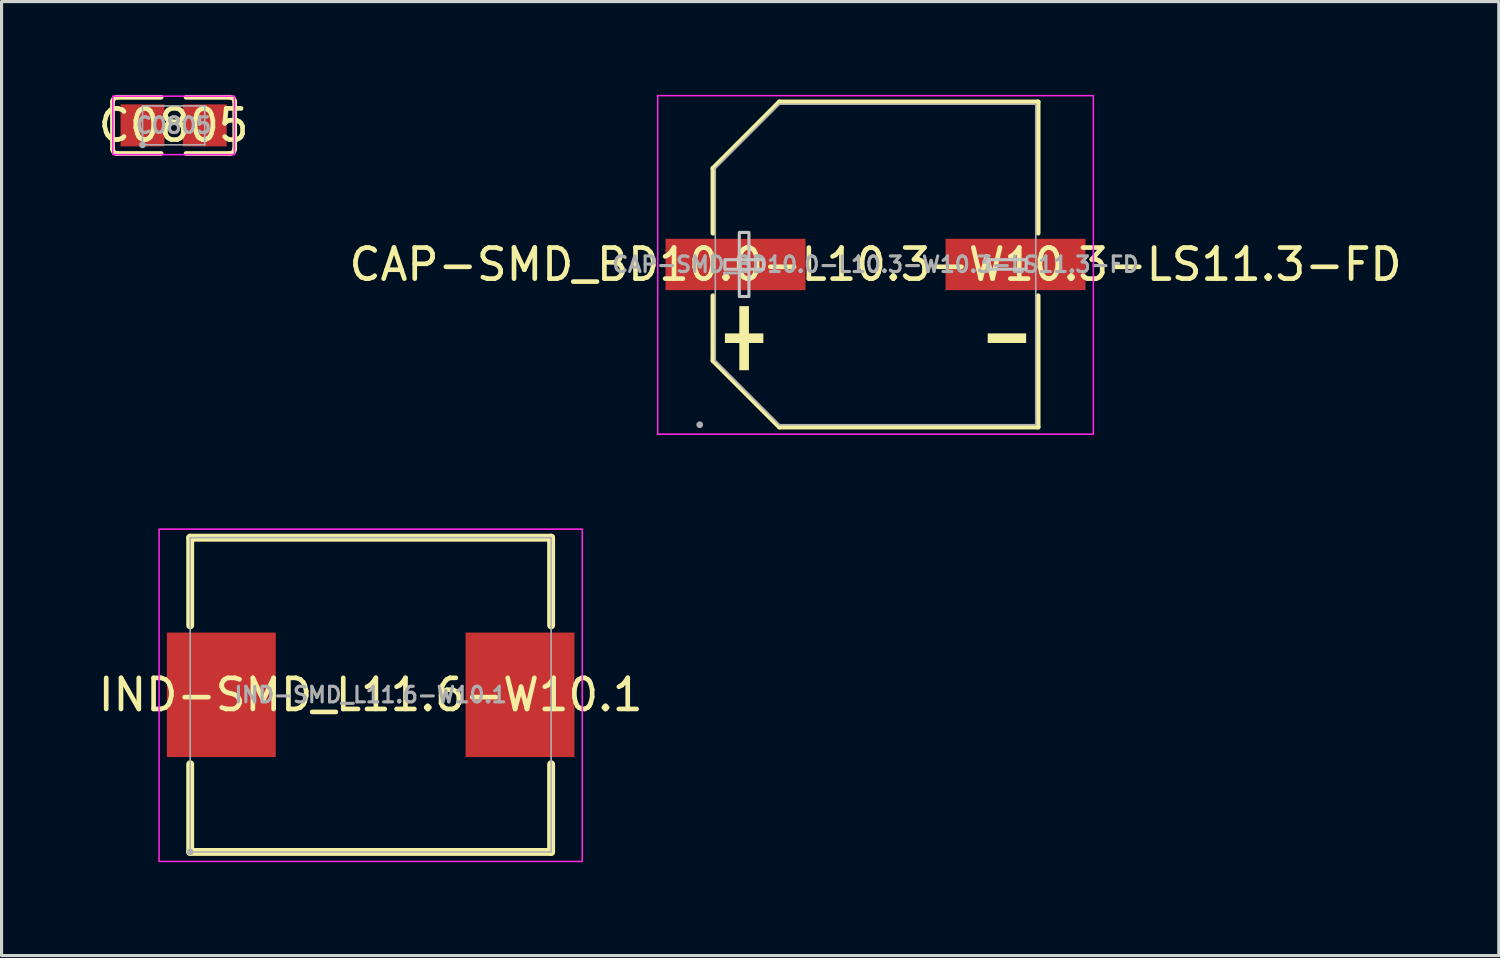
<source format=kicad_pcb>
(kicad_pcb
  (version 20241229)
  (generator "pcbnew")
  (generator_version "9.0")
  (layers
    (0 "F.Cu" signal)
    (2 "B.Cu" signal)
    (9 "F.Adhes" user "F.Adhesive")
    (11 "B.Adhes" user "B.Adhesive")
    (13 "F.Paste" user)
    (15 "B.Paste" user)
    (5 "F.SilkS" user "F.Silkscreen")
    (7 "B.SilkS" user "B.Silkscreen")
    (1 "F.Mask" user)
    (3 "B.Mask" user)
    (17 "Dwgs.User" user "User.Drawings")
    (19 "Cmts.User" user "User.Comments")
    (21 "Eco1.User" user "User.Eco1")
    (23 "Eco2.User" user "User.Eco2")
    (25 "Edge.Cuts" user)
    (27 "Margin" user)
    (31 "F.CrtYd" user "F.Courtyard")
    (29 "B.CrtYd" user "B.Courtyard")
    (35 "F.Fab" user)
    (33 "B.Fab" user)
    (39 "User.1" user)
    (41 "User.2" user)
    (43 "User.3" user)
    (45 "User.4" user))
  (footprint "CAP-SMD_BD10.0-L10.3-W10.3-LS11.3-FD"
    (layer "F.Cu")
    (at 25.089 5.45)
    (property "Reference" "CAP-SMD_BD10.0-L10.3-W10.3-LS11.3-FD" (at 0 0 0) (layer "F.SilkS") (effects (font (size 1 1) (thickness 0.15))))
    (fp_line (start -5.226 -3.09) (end -5.226 -1.005) (stroke (width 0.152) (type default)) (layer "F.SilkS"))
    (fp_line (start -5.226 1.005) (end -5.226 3.09) (stroke (width 0.152) (type default)) (layer "F.SilkS"))
    (fp_line (start -3.09 -5.226) (end -5.226 -3.09) (stroke (width 0.152) (type default)) (layer "F.SilkS"))
    (fp_line (start -3.09 5.226) (end -5.226 3.09) (stroke (width 0.152) (type default)) (layer "F.SilkS"))
    (fp_line (start 5.226 -5.226) (end -3.09 -5.226) (stroke (width 0.152) (type default)) (layer "F.SilkS"))
    (fp_line (start 5.226 -1.005) (end 5.226 -5.226) (stroke (width 0.152) (type default)) (layer "F.SilkS"))
    (fp_line (start 5.226 5.226) (end -3.09 5.226) (stroke (width 0.152) (type default)) (layer "F.SilkS"))
    (fp_line (start 5.226 5.226) (end 5.226 1.005) (stroke (width 0.152) (type default)) (layer "F.SilkS"))
    (fp_poly (pts (xy -4.841 2.215) (xy -4.841 2.523) (xy -3.605 2.523) (xy -3.605 2.215)) (stroke (width 0) (type default)) (fill yes) (layer "F.SilkS"))
    (fp_poly (pts (xy -4.378 1.339) (xy -4.378 3.399) (xy -4.069 3.399) (xy -4.069 1.339)) (stroke (width 0) (type default)) (fill yes) (layer "F.SilkS"))
    (fp_poly (pts (xy 4.841 2.215) (xy 4.841 2.523) (xy 3.605 2.523) (xy 3.605 2.215)) (stroke (width 0) (type default)) (fill yes) (layer "F.SilkS"))
    (fp_poly (pts (xy -4.841 -0.154) (xy -4.841 0.154) (xy -3.605 0.154) (xy -3.605 -0.154)) (stroke (width 0.1) (type default)) (fill no) (layer "Dwgs.User"))
    (fp_poly (pts (xy -4.378 -1.03) (xy -4.378 1.03) (xy -4.069 1.03) (xy -4.069 -1.03)) (stroke (width 0.1) (type default)) (fill no) (layer "Dwgs.User"))
    (fp_poly (pts (xy 4.841 -0.154) (xy 4.841 0.154) (xy 3.605 0.154) (xy 3.605 -0.154)) (stroke (width 0.1) (type default)) (fill no) (layer "Dwgs.User"))
    (fp_rect (start -7 -5.426) (end 7 5.455) (stroke (width 0.05) (type default)) (fill no) (layer "F.CrtYd"))
    (fp_line (start -5.15 -3.09) (end -3.09 -5.15) (stroke (width 0.051) (type default)) (layer "F.Fab"))
    (fp_line (start -5.15 3.09) (end -5.15 -3.09) (stroke (width 0.051) (type default)) (layer "F.Fab"))
    (fp_line (start -3.09 -5.15) (end 5.15 -5.15) (stroke (width 0.051) (type default)) (layer "F.Fab"))
    (fp_line (start -3.09 5.15) (end -5.15 3.09) (stroke (width 0.051) (type default)) (layer "F.Fab"))
    (fp_line (start 5.15 -5.15) (end 5.15 5.15) (stroke (width 0.051) (type default)) (layer "F.Fab"))
    (fp_line (start 5.15 5.15) (end -3.09 5.15) (stroke (width 0.051) (type default)) (layer "F.Fab"))
    (fp_poly (pts (xy -5.595 5.127) (xy -5.627 5.095) (xy -5.673 5.095) (xy -5.705 5.127) (xy -5.705 5.173) (xy -5.673 5.205) (xy -5.627 5.205) (xy -5.595 5.173)) (stroke (width 0.1) (type default)) (fill no) (layer "F.Fab"))
    (fp_poly (pts (xy -5.65 -0.475) (xy -2.3 -0.475) (xy -2.3 0.475) (xy -5.65 0.475)) (stroke (width 0.1) (type default)) (fill no) (layer "User.1"))
    (fp_poly (pts (xy 2.3 -0.475) (xy 5.65 -0.475) (xy 5.65 0.475) (xy 2.3 0.475)) (stroke (width 0.1) (type default)) (fill no) (layer "User.1"))
    (fp_text user "${REFERENCE}" (at 0 0 0) (layer "F.Fab") (effects (font (size 0.5 0.5) (thickness 0.1))))
    (pad "1" smd rect (at -4.5 0) (size 4.5 1.65) (layers "F.Cu" "F.Mask" "F.Paste"))
    (pad "2" smd rect (at 4.5 0) (size 4.5 1.65) (layers "F.Cu" "F.Mask" "F.Paste")))
  (footprint "IND-SMD_L11.6-W10.1"
    (layer "F.Cu")
    (at 8.863 19.281)
    (property "Reference" "IND-SMD_L11.6-W10.1" (at 0 0 0) (layer "F.SilkS") (effects (font (size 1 1) (thickness 0.15))))
    (fp_line (start -5.8 -5.05) (end 5.8 -5.05) (stroke (width 0.254) (type default)) (layer "F.SilkS"))
    (fp_line (start -5.8 -2.231) (end -5.8 -5.05) (stroke (width 0.254) (type default)) (layer "F.SilkS"))
    (fp_line (start -5.8 5.05) (end -5.8 2.231) (stroke (width 0.254) (type default)) (layer "F.SilkS"))
    (fp_line (start 5.8 -5.05) (end 5.8 -2.231) (stroke (width 0.254) (type default)) (layer "F.SilkS"))
    (fp_line (start 5.8 2.231) (end 5.8 5.05) (stroke (width 0.254) (type default)) (layer "F.SilkS"))
    (fp_line (start 5.8 5.05) (end -5.8 5.05) (stroke (width 0.254) (type default)) (layer "F.SilkS"))
    (fp_rect (start -6.8 -5.325) (end 6.8 5.355) (stroke (width 0.05) (type default)) (fill no) (layer "F.CrtYd"))
    (fp_line (start -5.8 -5.05) (end 5.8 -5.05) (stroke (width 0.051) (type default)) (layer "F.Fab"))
    (fp_line (start -5.8 5.05) (end -5.8 -5.05) (stroke (width 0.051) (type default)) (layer "F.Fab"))
    (fp_line (start 5.8 -5.05) (end 5.8 5.05) (stroke (width 0.051) (type default)) (layer "F.Fab"))
    (fp_line (start 5.8 5.05) (end -5.8 5.05) (stroke (width 0.051) (type default)) (layer "F.Fab"))
    (fp_poly (pts (xy -5.745 5.027) (xy -5.777 4.995) (xy -5.823 4.995) (xy -5.855 5.027) (xy -5.855 5.073) (xy -5.823 5.105) (xy -5.777 5.105) (xy -5.745 5.073)) (stroke (width 0.1) (type default)) (fill no) (layer "F.Fab"))
    (fp_poly (pts (xy -5.8 -1.5) (xy -3.3 -1.5) (xy -3.3 1.5) (xy -5.8 1.5)) (stroke (width 0.1) (type default)) (fill no) (layer "User.1"))
    (fp_poly (pts (xy 3.3 -1.5) (xy 5.8 -1.5) (xy 5.8 1.5) (xy 3.3 1.5)) (stroke (width 0.1) (type default)) (fill no) (layer "User.1"))
    (fp_text user "${REFERENCE}" (at 0 0 0) (layer "F.Fab") (effects (font (size 0.5 0.5) (thickness 0.1))))
    (pad "1" smd rect (at -4.8 0) (size 3.5 4) (layers "F.Cu" "F.Mask" "F.Paste"))
    (pad "2" smd rect (at 4.8 0) (size 3.5 4) (layers "F.Cu" "F.Mask" "F.Paste")))
  (footprint "C0805"
    (layer "F.Cu")
    (at 2.53 0.98)
    (property "Reference" "C0805" (at 0 0 0) (layer "F.SilkS") (effects (font (size 1 1) (thickness 0.15))))
    (fp_line (start -1.964 0.751) (end -1.964 -0.751) (stroke (width 0.152) (type default)) (layer "F.SilkS"))
    (fp_line (start -1.811 -0.903) (end -0.401 -0.903) (stroke (width 0.152) (type default)) (layer "F.SilkS"))
    (fp_line (start -0.401 0.903) (end -1.811 0.903) (stroke (width 0.152) (type default)) (layer "F.SilkS"))
    (fp_line (start 0.401 0.903) (end 1.811 0.903) (stroke (width 0.152) (type default)) (layer "F.SilkS"))
    (fp_line (start 1.811 -0.903) (end 0.401 -0.903) (stroke (width 0.152) (type default)) (layer "F.SilkS"))
    (fp_line (start 1.964 0.751) (end 1.964 -0.751) (stroke (width 0.152) (type default)) (layer "F.SilkS"))
    (fp_arc (start -1.9635 -0.751) (mid -1.918834 -0.858834) (end -1.811 -0.9035) (stroke (width 0.1525) (type default)) (layer "F.SilkS"))
    (fp_arc (start -1.811 0.9035) (mid -1.918834 0.858834) (end -1.9635 0.751) (stroke (width 0.1525) (type default)) (layer "F.SilkS"))
    (fp_arc (start 1.811 -0.9035) (mid 1.918834 -0.858834) (end 1.9635 -0.751) (stroke (width 0.1525) (type default)) (layer "F.SilkS"))
    (fp_arc (start 1.9635 0.751) (mid 1.918834 0.858834) (end 1.811 0.9035) (stroke (width 0.1525) (type default)) (layer "F.SilkS"))
    (fp_poly (pts (xy -1.705 0.64) (xy -1.705 -0.64) (xy -1.655 -0.69) (xy -0.505 -0.69) (xy -0.455 -0.64) (xy -0.45 -0.23) (xy -0.9 -0.23) (xy -0.9 0.22) (xy -0.46 0.22) (xy -0.455 0.64) (xy -0.505 0.69) (xy -1.655 0.69)) (stroke (width 0) (type default)) (fill yes) (layer "F.Paste"))
    (fp_poly (pts (xy 1.705 -0.64) (xy 1.705 0.64) (xy 1.655 0.69) (xy 0.505 0.69) (xy 0.455 0.64) (xy 0.45 0.23) (xy 0.9 0.23) (xy 0.9 -0.22) (xy 0.46 -0.22) (xy 0.455 -0.64) (xy 0.505 -0.69) (xy 1.655 -0.69)) (stroke (width 0) (type default)) (fill yes) (layer "F.Paste"))
    (fp_rect (start -1.955 -0.94) (end 1.955 0.94) (stroke (width 0.05) (type default)) (fill no) (layer "F.CrtYd"))
    (fp_line (start -1 -0.625) (end 1 -0.625) (stroke (width 0.051) (type default)) (layer "F.Fab"))
    (fp_line (start -1 0.625) (end -1 -0.625) (stroke (width 0.051) (type default)) (layer "F.Fab"))
    (fp_line (start 1 -0.625) (end 1 0.625) (stroke (width 0.051) (type default)) (layer "F.Fab"))
    (fp_line (start 1 0.625) (end -1 0.625) (stroke (width 0.051) (type default)) (layer "F.Fab"))
    (fp_poly (pts (xy -0.945 0.602) (xy -0.977 0.57) (xy -1.023 0.57) (xy -1.055 0.602) (xy -1.055 0.648) (xy -1.023 0.68) (xy -0.977 0.68) (xy -0.945 0.648)) (stroke (width 0.1) (type default)) (fill no) (layer "F.Fab"))
    (fp_poly (pts (xy -1 0.625) (xy -1 -0.625) (xy -0.5 -0.625) (xy -0.5 0.625)) (stroke (width 0.1) (type default)) (fill no) (layer "User.1"))
    (fp_poly (pts (xy 1 -0.625) (xy 1 0.625) (xy 0.5 0.625) (xy 0.5 -0.625)) (stroke (width 0.1) (type default)) (fill no) (layer "User.1"))
    (fp_text user "${REFERENCE}" (at 0 0 0) (layer "F.Fab") (effects (font (size 0.5 0.5) (thickness 0.1))))
    (pad "1" smd rect (at -1 0) (size 1.41 1.35) (layers "F.Cu" "F.Mask" "F.Paste"))
    (pad "2" smd rect (at 1 0) (size 1.41 1.35) (layers "F.Cu" "F.Mask" "F.Paste")))
  (gr_rect
    (start -3 -3)
    (end 45.119 27.662)
    (stroke (width 0.1) (type default))
    (fill no)
    (layer "Edge.Cuts")))
</source>
